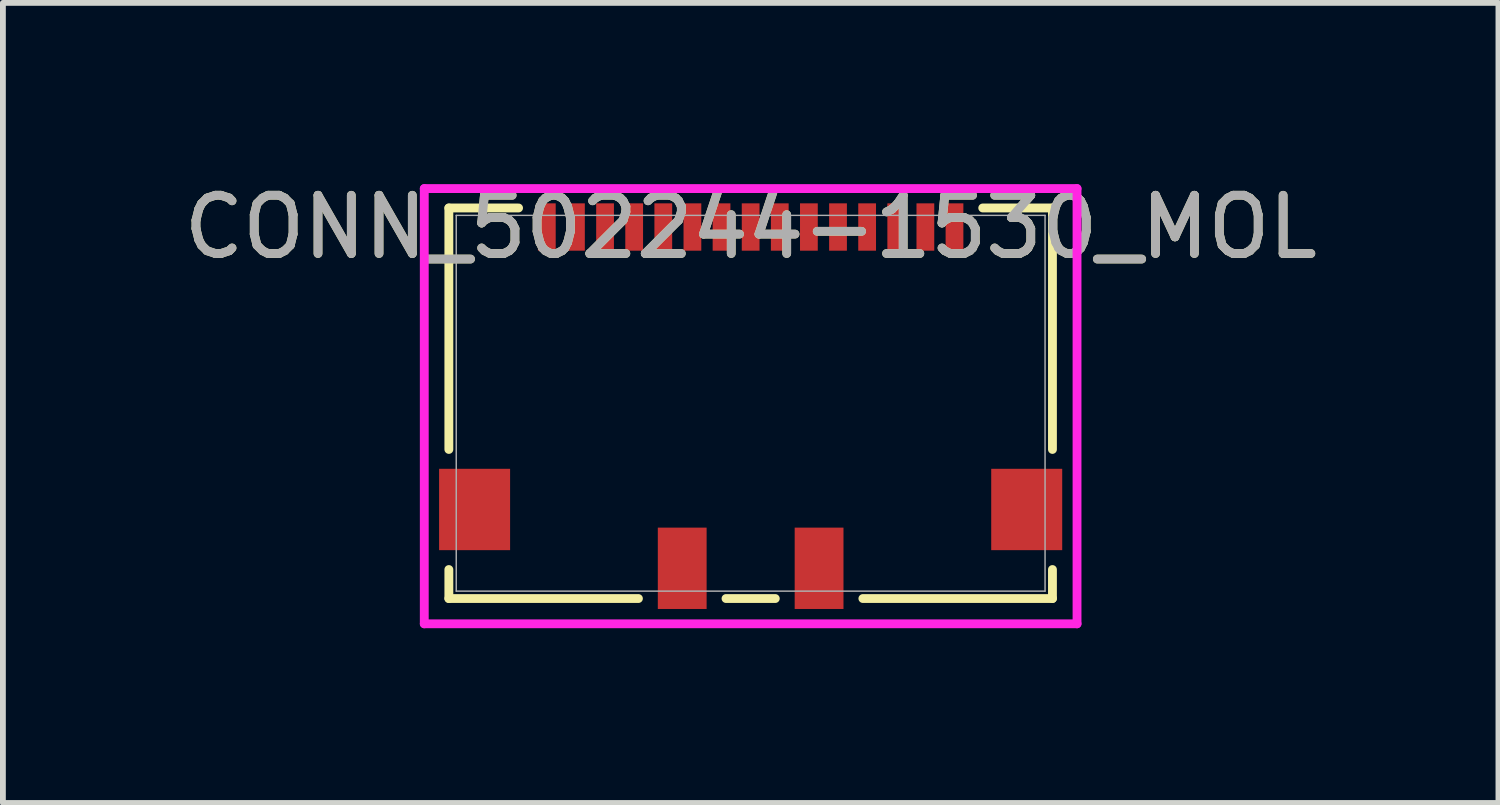
<source format=kicad_pcb>
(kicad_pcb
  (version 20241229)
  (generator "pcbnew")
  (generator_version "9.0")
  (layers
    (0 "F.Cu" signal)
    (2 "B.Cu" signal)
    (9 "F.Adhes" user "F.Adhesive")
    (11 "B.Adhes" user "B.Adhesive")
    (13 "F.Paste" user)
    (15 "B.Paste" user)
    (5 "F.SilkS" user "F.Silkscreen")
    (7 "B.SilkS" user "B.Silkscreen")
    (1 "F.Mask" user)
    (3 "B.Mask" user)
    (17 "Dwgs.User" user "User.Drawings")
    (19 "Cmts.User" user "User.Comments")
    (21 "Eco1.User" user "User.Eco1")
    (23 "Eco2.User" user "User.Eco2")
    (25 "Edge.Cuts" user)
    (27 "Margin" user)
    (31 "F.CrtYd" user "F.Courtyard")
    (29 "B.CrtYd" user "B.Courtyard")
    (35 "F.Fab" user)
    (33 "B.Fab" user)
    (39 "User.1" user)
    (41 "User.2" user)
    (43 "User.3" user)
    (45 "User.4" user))
  (footprint "CONN_502244-1530_MOL"
    (layer "F.Cu")
    (at 9.839 3.874)
    (property "Reference" "CONN_502244-1530_MOL" (at 0 -3.026 0) (unlocked yes) (layer "F.SilkS") (effects (font (size 1 1) (thickness 0.15))))
    (attr smd)
    (fp_line (start -5.182 -3.353) (end -5.182 0.793) (stroke (width 0.152) (type solid)) (layer "F.SilkS"))
    (fp_line (start -5.182 2.855) (end -5.182 3.353) (stroke (width 0.152) (type solid)) (layer "F.SilkS"))
    (fp_line (start -5.182 3.353) (end -1.927 3.353) (stroke (width 0.152) (type solid)) (layer "F.SilkS"))
    (fp_line (start -3.985 -3.353) (end -5.182 -3.353) (stroke (width 0.152) (type solid)) (layer "F.SilkS"))
    (fp_line (start -0.423 3.353) (end 0.423 3.353) (stroke (width 0.152) (type solid)) (layer "F.SilkS"))
    (fp_line (start 1.927 3.353) (end 5.182 3.353) (stroke (width 0.152) (type solid)) (layer "F.SilkS"))
    (fp_line (start 5.182 -3.353) (end 3.985 -3.353) (stroke (width 0.152) (type solid)) (layer "F.SilkS"))
    (fp_line (start 5.182 0.793) (end 5.182 -3.353) (stroke (width 0.152) (type solid)) (layer "F.SilkS"))
    (fp_line (start 5.182 3.353) (end 5.182 2.855) (stroke (width 0.152) (type solid)) (layer "F.SilkS"))
    (fp_line (start -5.604 -3.686) (end -5.604 3.787) (stroke (width 0.152) (type solid)) (layer "F.CrtYd"))
    (fp_line (start -5.604 3.787) (end 5.604 3.787) (stroke (width 0.152) (type solid)) (layer "F.CrtYd"))
    (fp_line (start 5.604 -3.686) (end -5.604 -3.686) (stroke (width 0.152) (type solid)) (layer "F.CrtYd"))
    (fp_line (start 5.604 3.787) (end 5.604 -3.686) (stroke (width 0.152) (type solid)) (layer "F.CrtYd"))
    (fp_line (start -5.055 -3.226) (end -5.055 3.226) (stroke (width 0.025) (type solid)) (layer "F.Fab"))
    (fp_line (start -5.055 3.226) (end 5.055 3.226) (stroke (width 0.025) (type solid)) (layer "F.Fab"))
    (fp_line (start 5.055 -3.226) (end -5.055 -3.226) (stroke (width 0.025) (type solid)) (layer "F.Fab"))
    (fp_line (start 5.055 3.226) (end 5.055 -3.226) (stroke (width 0.025) (type solid)) (layer "F.Fab"))
    (fp_text user "${REFERENCE}" (at 0 -3.026 0) (unlocked yes) (layer "F.Fab") (effects (font (size 1 1) (thickness 0.15))))
    (pad "1" smd rect (at -3.5 -3.026) (size 0.305 0.813) (layers "F.Cu" "F.Mask" "F.Paste"))
    (pad "2" smd rect (at -3 -3.026) (size 0.305 0.813) (layers "F.Cu" "F.Mask" "F.Paste"))
    (pad "3" smd rect (at -2.5 -3.026) (size 0.305 0.813) (layers "F.Cu" "F.Mask" "F.Paste"))
    (pad "4" smd rect (at -2 -3.026) (size 0.305 0.813) (layers "F.Cu" "F.Mask" "F.Paste"))
    (pad "5" smd rect (at -1.5 -3.026) (size 0.305 0.813) (layers "F.Cu" "F.Mask" "F.Paste"))
    (pad "6" smd rect (at -1 -3.026) (size 0.305 0.813) (layers "F.Cu" "F.Mask" "F.Paste"))
    (pad "7" smd rect (at -0.5 -3.026) (size 0.305 0.813) (layers "F.Cu" "F.Mask" "F.Paste"))
    (pad "8" smd rect (at 0 -3.026) (size 0.305 0.813) (layers "F.Cu" "F.Mask" "F.Paste"))
    (pad "9" smd rect (at 0.5 -3.026) (size 0.305 0.813) (layers "F.Cu" "F.Mask" "F.Paste"))
    (pad "10" smd rect (at 1 -3.026) (size 0.305 0.813) (layers "F.Cu" "F.Mask" "F.Paste"))
    (pad "11" smd rect (at 1.5 -3.026) (size 0.305 0.813) (layers "F.Cu" "F.Mask" "F.Paste"))
    (pad "12" smd rect (at 2 -3.026) (size 0.305 0.813) (layers "F.Cu" "F.Mask" "F.Paste"))
    (pad "13" smd rect (at 2.5 -3.026) (size 0.305 0.813) (layers "F.Cu" "F.Mask" "F.Paste"))
    (pad "14" smd rect (at 3 -3.026) (size 0.305 0.813) (layers "F.Cu" "F.Mask" "F.Paste"))
    (pad "15" smd rect (at 3.5 -3.026) (size 0.305 0.813) (layers "F.Cu" "F.Mask" "F.Paste"))
    (pad "16" smd rect (at -1.175 2.834) (size 0.838 1.397) (layers "F.Cu" "F.Mask" "F.Paste"))
    (pad "17" smd rect (at 1.175 2.834) (size 0.838 1.397) (layers "F.Cu" "F.Mask" "F.Paste"))
    (pad "18" smd rect (at -4.74 1.824) (size 1.219 1.397) (layers "F.Cu" "F.Mask" "F.Paste"))
    (pad "19" smd rect (at 4.74 1.824) (size 1.219 1.397) (layers "F.Cu" "F.Mask" "F.Paste")))
  (gr_rect
    (start -3 -3)
    (end 22.679 10.737)
    (stroke (width 0.1) (type default))
    (fill no)
    (layer "Edge.Cuts")))
</source>
